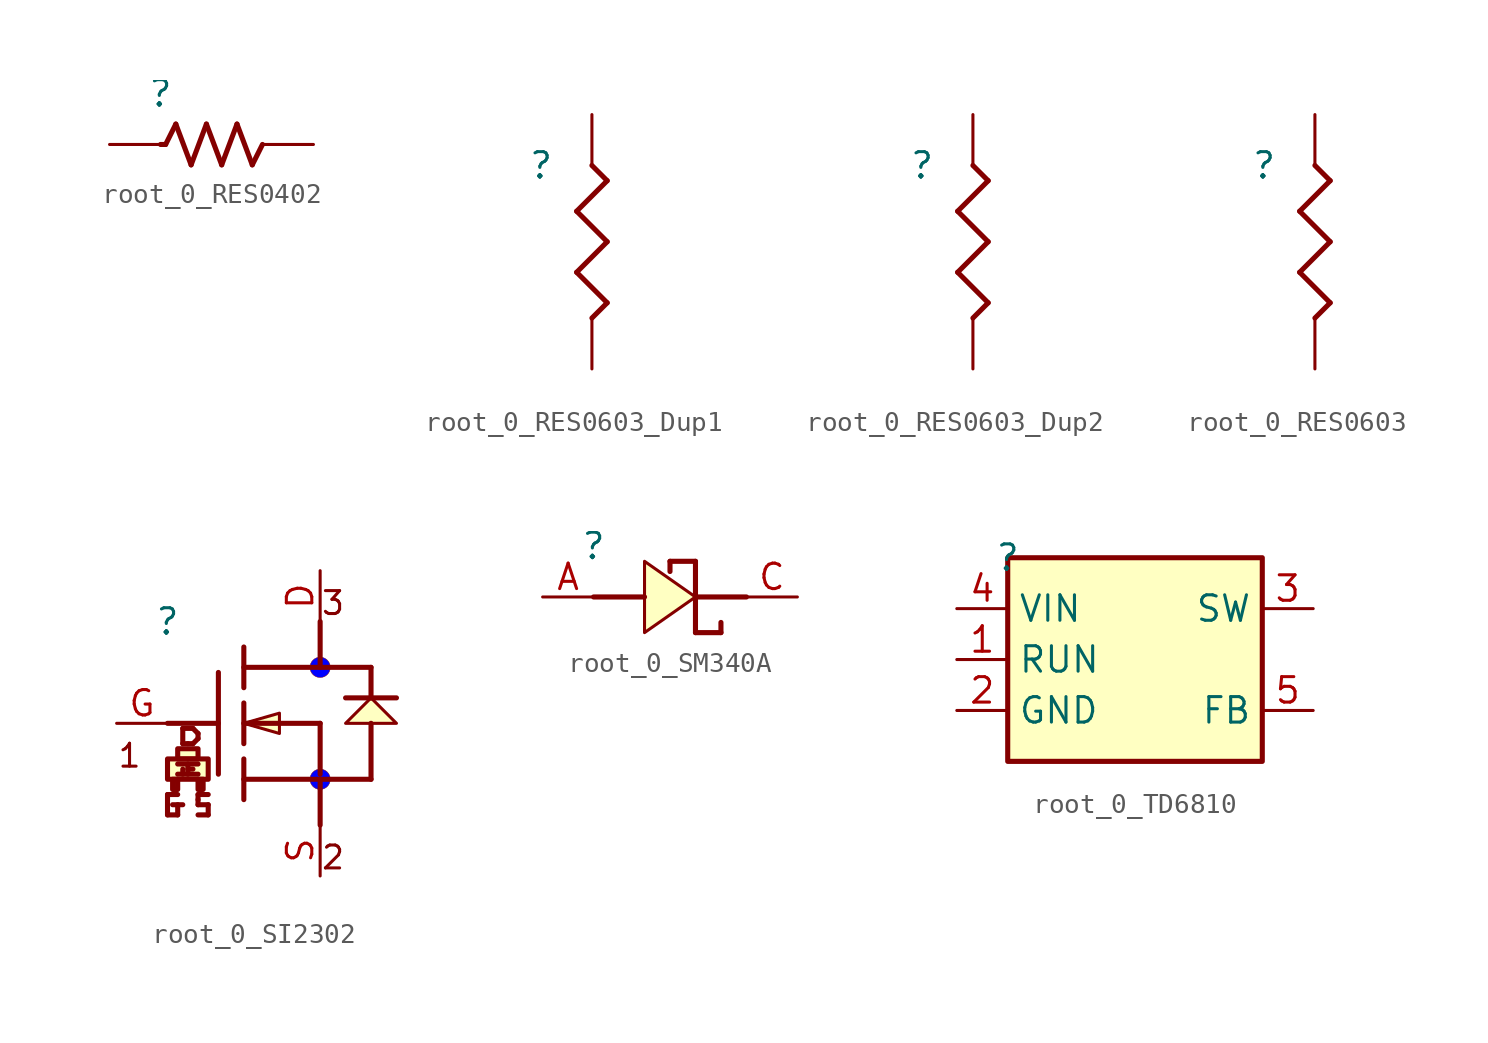
<source format=kicad_sym>
(kicad_symbol_lib
  (version 20220914)
  (generator kicad_symbol_editor)
  (symbol "root_0_RES0402"
    (property "Reference" ""
      (at 0 0 0)
      (effects (font (size 1.27 1.27))))
    (property "Value" ""
      (at 0 0 0)
      (effects (font (size 1.27 1.27))))
    (symbol "root_0_RES0402_1_0"
      (polyline (pts (xy 0 -2.54) (xy 0.254 -2.54)) (stroke (width 0.254) (type solid)) (fill (type none)))
      (polyline (pts (xy 0.254 -2.54) (xy 0.762 -1.524)) (stroke (width 0.254) (type solid)) (fill (type none)))
      (polyline (pts (xy 0.762 -1.524) (xy 1.524 -3.556)) (stroke (width 0.254) (type solid)) (fill (type none)))
      (polyline (pts (xy 1.524 -3.556) (xy 2.286 -1.524)) (stroke (width 0.254) (type solid)) (fill (type none)))
      (polyline (pts (xy 2.286 -1.524) (xy 3.048 -3.556)) (stroke (width 0.254) (type solid)) (fill (type none)))
      (polyline (pts (xy 3.048 -3.556) (xy 3.81 -1.524)) (stroke (width 0.254) (type solid)) (fill (type none)))
      (polyline (pts (xy 3.81 -1.524) (xy 4.572 -3.556)) (stroke (width 0.254) (type solid)) (fill (type none)))
      (polyline (pts (xy 4.572 -3.556) (xy 5.08 -2.54)) (stroke (width 0.254) (type solid)) (fill (type none)))
      (pin passive line (at -2.54 -2.54 0) (length 2.54) (name "1" (effects (font (size 0 0)))) (number "1" (effects (font (size 0 0)))))
      (pin passive line (at 7.62 -2.54 180) (length 2.54) (name "2" (effects (font (size 0 0)))) (number "2" (effects (font (size 0 0)))))))
  (symbol "root_0_RES0603_Dup1"
    (property "Reference" ""
      (at 0 0 0)
      (effects (font (size 1.27 1.27))))
    (property "Value" ""
      (at 0 0 0)
      (effects (font (size 1.27 1.27))))
    (symbol "root_0_RES0603_Dup1_1_0"
      (polyline (pts (xy 1.778 -5.334) (xy 3.302 -6.858)) (stroke (width 0.254) (type solid)) (fill (type none)))
      (polyline (pts (xy 1.778 -2.286) (xy 3.302 -3.81)) (stroke (width 0.254) (type solid)) (fill (type none)))
      (polyline (pts (xy 2.54 0) (xy 3.302 -0.762)) (stroke (width 0.254) (type solid)) (fill (type none)))
      (polyline (pts (xy 3.302 -6.858) (xy 2.54 -7.62)) (stroke (width 0.254) (type solid)) (fill (type none)))
      (polyline (pts (xy 3.302 -3.81) (xy 1.778 -5.334)) (stroke (width 0.254) (type solid)) (fill (type none)))
      (polyline (pts (xy 3.302 -0.762) (xy 1.778 -2.286)) (stroke (width 0.254) (type solid)) (fill (type none)))
      (pin passive line (at 2.54 2.54 270) (length 2.54) (name "1" (effects (font (size 0 0)))) (number "1" (effects (font (size 0 0)))))
      (pin passive line (at 2.54 -10.16 90) (length 2.54) (name "2" (effects (font (size 0 0)))) (number "2" (effects (font (size 0 0)))))))
  (symbol "root_0_RES0603_Dup2"
    (property "Reference" ""
      (at 0 0 0)
      (effects (font (size 1.27 1.27))))
    (property "Value" ""
      (at 0 0 0)
      (effects (font (size 1.27 1.27))))
    (symbol "root_0_RES0603_Dup2_1_0"
      (polyline (pts (xy 1.778 -5.334) (xy 3.302 -6.858)) (stroke (width 0.254) (type solid)) (fill (type none)))
      (polyline (pts (xy 1.778 -2.286) (xy 3.302 -3.81)) (stroke (width 0.254) (type solid)) (fill (type none)))
      (polyline (pts (xy 2.54 0) (xy 3.302 -0.762)) (stroke (width 0.254) (type solid)) (fill (type none)))
      (polyline (pts (xy 3.302 -6.858) (xy 2.54 -7.62)) (stroke (width 0.254) (type solid)) (fill (type none)))
      (polyline (pts (xy 3.302 -3.81) (xy 1.778 -5.334)) (stroke (width 0.254) (type solid)) (fill (type none)))
      (polyline (pts (xy 3.302 -0.762) (xy 1.778 -2.286)) (stroke (width 0.254) (type solid)) (fill (type none)))
      (pin passive line (at 2.54 2.54 270) (length 2.54) (name "1" (effects (font (size 0 0)))) (number "1" (effects (font (size 0 0)))))
      (pin passive line (at 2.54 -10.16 90) (length 2.54) (name "2" (effects (font (size 0 0)))) (number "2" (effects (font (size 0 0)))))))
  (symbol "root_0_RES0603"
    (property "Reference" ""
      (at 0 0 0)
      (effects (font (size 1.27 1.27))))
    (property "Value" ""
      (at 0 0 0)
      (effects (font (size 1.27 1.27))))
    (symbol "root_0_RES0603_1_0"
      (polyline (pts (xy 1.778 -5.334) (xy 3.302 -6.858)) (stroke (width 0.254) (type solid)) (fill (type none)))
      (polyline (pts (xy 1.778 -2.286) (xy 3.302 -3.81)) (stroke (width 0.254) (type solid)) (fill (type none)))
      (polyline (pts (xy 2.54 0) (xy 3.302 -0.762)) (stroke (width 0.254) (type solid)) (fill (type none)))
      (polyline (pts (xy 3.302 -6.858) (xy 2.54 -7.62)) (stroke (width 0.254) (type solid)) (fill (type none)))
      (polyline (pts (xy 3.302 -3.81) (xy 1.778 -5.334)) (stroke (width 0.254) (type solid)) (fill (type none)))
      (polyline (pts (xy 3.302 -0.762) (xy 1.778 -2.286)) (stroke (width 0.254) (type solid)) (fill (type none)))
      (pin passive line (at 2.54 2.54 270) (length 2.54) (name "1" (effects (font (size 0 0)))) (number "1" (effects (font (size 0 0)))))
      (pin passive line (at 2.54 -10.16 90) (length 2.54) (name "2" (effects (font (size 0 0)))) (number "2" (effects (font (size 0 0)))))))
  (symbol "root_0_SI2302"
    (property "Reference" ""
      (at 0 0 0)
      (effects (font (size 1.27 1.27))))
    (property "Value" ""
      (at 0 0 0)
      (effects (font (size 1.27 1.27))))
    (symbol "root_0_SI2302_1_0"
      (polyline (pts (xy 0 -9.652) (xy 0.508 -9.652)) (stroke (width 0.254) (type solid)) (fill (type none)))
      (polyline (pts (xy 0 -8.636) (xy 0 -9.652)) (stroke (width 0.254) (type solid)) (fill (type none)))
      (polyline (pts (xy 0.254 -9.144) (xy 0.762 -9.144)) (stroke (width 0.254) (type solid)) (fill (type none)))
      (polyline (pts (xy 0.508 -9.652) (xy 0.508 -9.144)) (stroke (width 0.254) (type solid)) (fill (type none)))
      (polyline (pts (xy 0.508 -8.636) (xy 0 -8.636)) (stroke (width 0.254) (type solid)) (fill (type none)))
      (polyline (pts (xy 0.508 -7.62) (xy 1.524 -7.62)) (stroke (width 0.254) (type solid)) (fill (type none)))
      (polyline (pts (xy 0.508 -7.112) (xy 1.524 -7.112)) (stroke (width 0.254) (type solid)) (fill (type none)))
      (polyline (pts (xy 0.762 -7.366) (xy 0.762 -7.62)) (stroke (width 0.254) (type solid)) (fill (type none)))
      (polyline (pts (xy 0.762 -6.096) (xy 1.016 -6.096)) (stroke (width 0.254) (type solid)) (fill (type none)))
      (polyline (pts (xy 0.762 -5.334) (xy 0.762 -6.096)) (stroke (width 0.254) (type solid)) (fill (type none)))
      (polyline (pts (xy 1.016 -7.366) (xy 1.27 -7.366)) (stroke (width 0.254) (type solid)) (fill (type none)))
      (polyline (pts (xy 1.016 -7.112) (xy 1.016 -7.62)) (stroke (width 0.254) (type solid)) (fill (type none)))
      (polyline (pts (xy 1.016 -6.096) (xy 1.27 -6.096)) (stroke (width 0.254) (type solid)) (fill (type none)))
      (polyline (pts (xy 1.27 -6.096) (xy 1.524 -5.842)) (stroke (width 0.254) (type solid)) (fill (type none)))
      (polyline (pts (xy 1.27 -5.334) (xy 0.762 -5.334)) (stroke (width 0.254) (type solid)) (fill (type none)))
      (polyline (pts (xy 1.524 -9.144) (xy 2.032 -9.144)) (stroke (width 0.254) (type solid)) (fill (type none)))
      (polyline (pts (xy 1.524 -8.89) (xy 1.524 -9.144)) (stroke (width 0.254) (type solid)) (fill (type none)))
      (polyline (pts (xy 1.524 -8.636) (xy 1.524 -8.89)) (stroke (width 0.254) (type solid)) (fill (type none)))
      (polyline (pts (xy 1.524 -5.842) (xy 1.524 -5.588)) (stroke (width 0.254) (type solid)) (fill (type none)))
      (polyline (pts (xy 1.524 -5.588) (xy 1.27 -5.334)) (stroke (width 0.254) (type solid)) (fill (type none)))
      (polyline (pts (xy 2.032 -9.652) (xy 1.524 -9.652)) (stroke (width 0.254) (type solid)) (fill (type none)))
      (polyline (pts (xy 2.032 -9.144) (xy 2.032 -9.652)) (stroke (width 0.254) (type solid)) (fill (type none)))
      (polyline (pts (xy 2.032 -8.636) (xy 1.524 -8.636)) (stroke (width 0.254) (type solid)) (fill (type none)))
      (polyline (pts (xy 2.54 -5.08) (xy 0 -5.08)) (stroke (width 0.254) (type solid)) (fill (type none)))
      (polyline (pts (xy 2.54 -2.54) (xy 2.54 -7.62)) (stroke (width 0.254) (type solid)) (fill (type none)))
      (polyline (pts (xy 3.81 -8.89) (xy 3.81 -6.858)) (stroke (width 0.254) (type solid)) (fill (type none)))
      (polyline (pts (xy 3.81 -7.874) (xy 10.16 -7.874)) (stroke (width 0.254) (type solid)) (fill (type none)))
      (polyline (pts (xy 3.81 -6.096) (xy 3.81 -4.064)) (stroke (width 0.254) (type solid)) (fill (type none)))
      (polyline (pts (xy 3.81 -5.08) (xy 7.62 -5.08)) (stroke (width 0.254) (type solid)) (fill (type none)))
      (polyline (pts (xy 3.81 -3.302) (xy 3.81 -1.27)) (stroke (width 0.254) (type solid)) (fill (type none)))
      (polyline (pts (xy 7.62 -7.874) (xy 7.62 -10.16)) (stroke (width 0.254) (type solid)) (fill (type none)))
      (polyline (pts (xy 7.62 -5.08) (xy 7.62 -7.62)) (stroke (width 0.254) (type solid)) (fill (type none)))
      (polyline (pts (xy 7.62 0) (xy 7.62 -2.286)) (stroke (width 0.254) (type solid)) (fill (type none)))
      (polyline (pts (xy 8.89 -3.81) (xy 11.43 -3.81)) (stroke (width 0.254) (type solid)) (fill (type none)))
      (polyline (pts (xy 10.16 -7.874) (xy 10.16 -5.08)) (stroke (width 0.254) (type solid)) (fill (type none)))
      (polyline (pts (xy 10.16 -3.81) (xy 10.16 -2.286)) (stroke (width 0.254) (type solid)) (fill (type none)))
      (polyline (pts (xy 10.16 -2.286) (xy 3.81 -2.286)) (stroke (width 0.254) (type solid)) (fill (type none)))
      (polyline (pts (xy 3.81 -5.08) (xy 5.588 -5.588) (xy 5.588 -4.572) (xy 3.81 -5.08) (xy 3.81 -5.08)) (stroke (width 0) (type solid)) (fill (type background)))
      (polyline (pts (xy 8.89 -5.08) (xy 11.43 -5.08) (xy 10.16 -3.81) (xy 8.89 -5.08) (xy 8.89 -5.08)) (stroke (width 0) (type solid)) (fill (type background)))
      (rectangle (start 0.508 -7.874) (end 0.254 -8.382) (stroke (width 0.254) (type solid)) (fill (type background)))
      (rectangle (start 1.524 -6.35) (end 0.508 -6.858) (stroke (width 0.254) (type solid)) (fill (type background)))
      (rectangle (start 1.778 -7.874) (end 1.524 -8.382) (stroke (width 0.254) (type solid)) (fill (type background)))
      (rectangle (start 2.032 -6.858) (end 0 -7.874) (stroke (width 0.254) (type solid)) (fill (type background)))
      (circle (center 7.62 -7.874) (radius 0.508) (stroke (width 0.0001) (type solid)) (fill (type color) (color 0 0 255 1)))
      (circle (center 7.62 -2.286) (radius 0.508) (stroke (width 0.0001) (type solid)) (fill (type color) (color 0 0 255 1)))
      (text "1" (at -2.54 -7.366 0) (effects (font (size 1.143 1.143)) (justify left bottom)))
      (text "2" (at 7.62 -12.446 0) (effects (font (size 1.143 1.143)) (justify left bottom)))
      (text "3" (at 7.62 0.254 0) (effects (font (size 1.143 1.143)) (justify left bottom)))
      (pin passive line (at 7.62 2.54 270) (length 2.54) (name "DRAIN" (effects (font (size 0 0)))) (number "D" (effects (font (size 1.27 1.27)))))
      (pin input line (at -2.54 -5.08 0) (length 2.54) (name "GATE" (effects (font (size 0 0)))) (number "G" (effects (font (size 1.27 1.27)))))
      (pin passive line (at 7.62 -12.7 90) (length 2.54) (name "SOURCE" (effects (font (size 0 0)))) (number "S" (effects (font (size 1.27 1.27)))))))
  (symbol "root_0_SM340A"
    (property "Reference" ""
      (at 0 0 0)
      (effects (font (size 1.27 1.27))))
    (property "Value" ""
      (at 0 0 0)
      (effects (font (size 1.27 1.27))))
    (symbol "root_0_SM340A_1_0"
      (polyline (pts (xy 0 -2.54) (xy 2.54 -2.54)) (stroke (width 0.254) (type solid)) (fill (type none)))
      (polyline (pts (xy 3.81 -0.762) (xy 3.81 -1.27)) (stroke (width 0.254) (type solid)) (fill (type none)))
      (polyline (pts (xy 5.08 -4.318) (xy 6.35 -4.318)) (stroke (width 0.254) (type solid)) (fill (type none)))
      (polyline (pts (xy 5.08 -2.54) (xy 7.62 -2.54)) (stroke (width 0.254) (type solid)) (fill (type none)))
      (polyline (pts (xy 5.08 -0.762) (xy 3.81 -0.762)) (stroke (width 0.254) (type solid)) (fill (type none)))
      (polyline (pts (xy 5.08 -0.762) (xy 5.08 -4.318)) (stroke (width 0.254) (type solid)) (fill (type none)))
      (polyline (pts (xy 6.35 -4.318) (xy 6.35 -3.81)) (stroke (width 0.254) (type solid)) (fill (type none)))
      (polyline (pts (xy 5.08 -2.54) (xy 5.08 -2.54) (xy 2.54 -4.318) (xy 2.54 -0.762) (xy 5.08 -2.54) (xy 5.08 -2.54)) (stroke (width 0) (type solid)) (fill (type background)))
      (pin passive line (at -2.54 -2.54 0) (length 2.54) (name "ANODE" (effects (font (size 0 0)))) (number "A" (effects (font (size 1.27 1.27)))))
      (pin passive line (at 10.16 -2.54 180) (length 2.54) (name "CATHODE" (effects (font (size 0 0)))) (number "C" (effects (font (size 1.27 1.27)))))))
  (symbol "root_0_TD6810"
    (property "Reference" ""
      (at 0 0 0)
      (effects (font (size 1.27 1.27))))
    (property "Value" ""
      (at 0 0 0)
      (effects (font (size 1.27 1.27))))
    (symbol "root_0_TD6810_1_0"
      (rectangle (start 12.7 0) (end 0 -10.16) (stroke (width 0.254) (type solid)) (fill (type background)))
      (pin input line (at -2.54 -5.08 0) (length 2.54) (name "RUN" (effects (font (size 1.27 1.27)))) (number "1" (effects (font (size 1.27 1.27)))))
      (pin power_in line (at -2.54 -7.62 0) (length 2.54) (name "GND" (effects (font (size 1.27 1.27)))) (number "2" (effects (font (size 1.27 1.27)))))
      (pin power_in line (at 15.24 -2.54 180) (length 2.54) (name "SW" (effects (font (size 1.27 1.27)))) (number "3" (effects (font (size 1.27 1.27)))))
      (pin power_in line (at -2.54 -2.54 0) (length 2.54) (name "VIN" (effects (font (size 1.27 1.27)))) (number "4" (effects (font (size 1.27 1.27)))))
      (pin input line (at 15.24 -7.62 180) (length 2.54) (name "FB" (effects (font (size 1.27 1.27)))) (number "5" (effects (font (size 1.27 1.27))))))))
</source>
